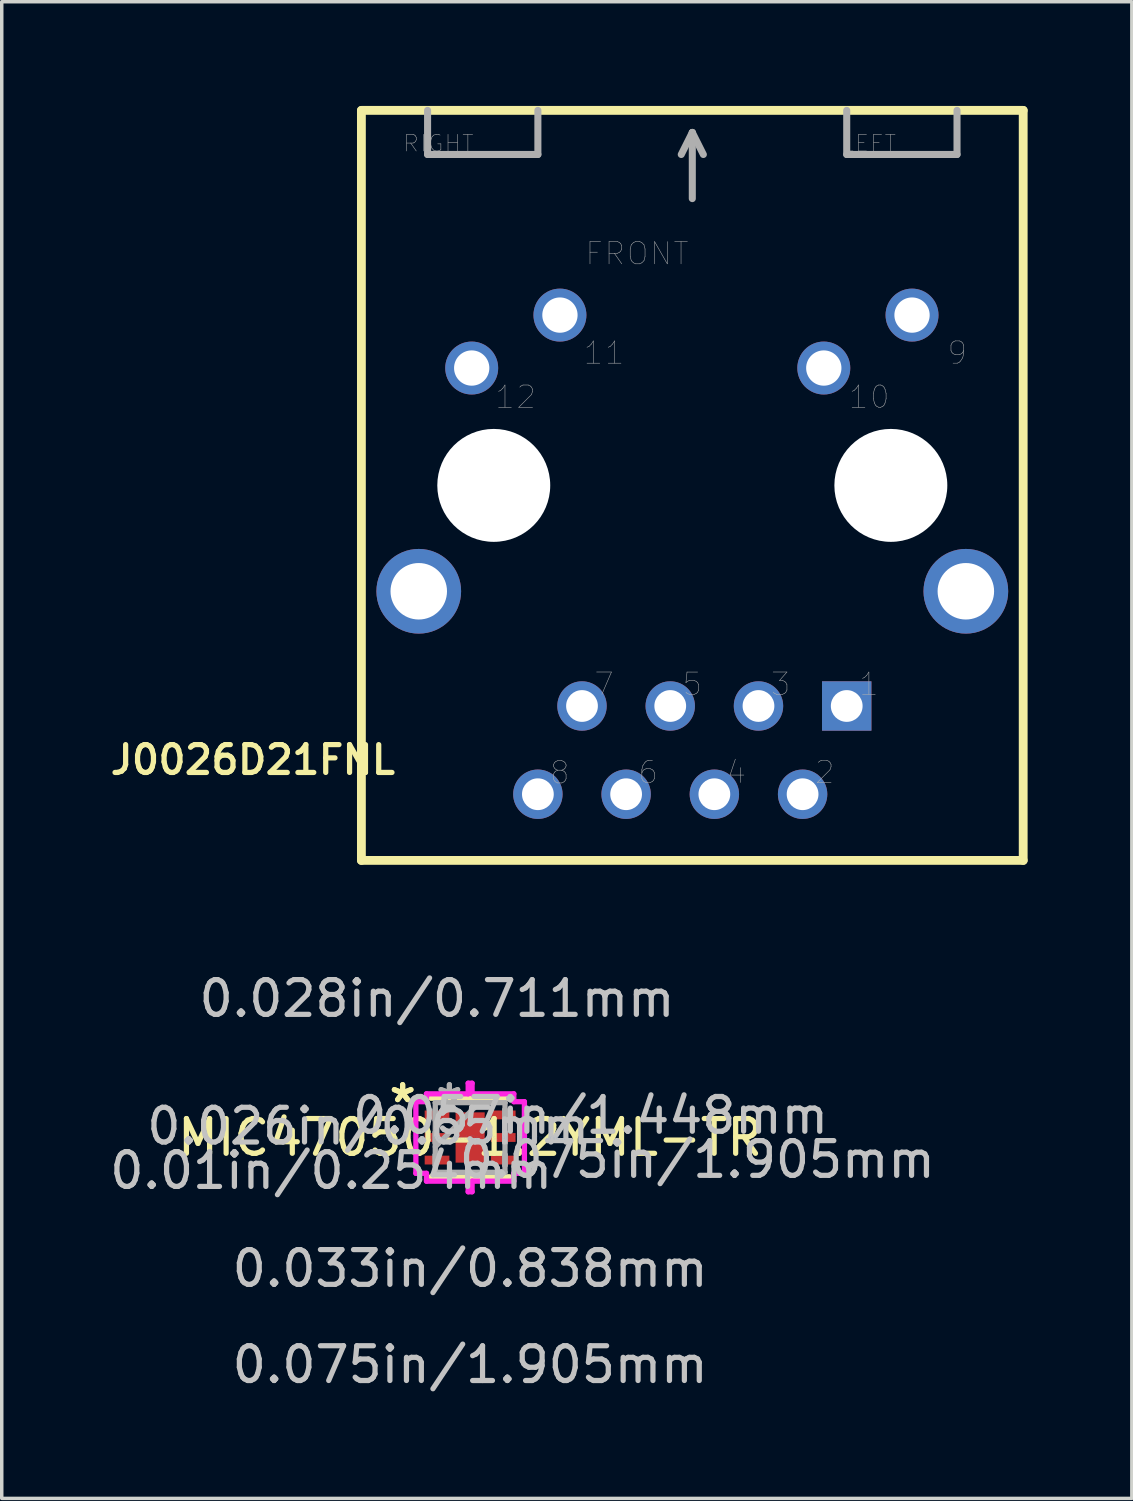
<source format=kicad_pcb>
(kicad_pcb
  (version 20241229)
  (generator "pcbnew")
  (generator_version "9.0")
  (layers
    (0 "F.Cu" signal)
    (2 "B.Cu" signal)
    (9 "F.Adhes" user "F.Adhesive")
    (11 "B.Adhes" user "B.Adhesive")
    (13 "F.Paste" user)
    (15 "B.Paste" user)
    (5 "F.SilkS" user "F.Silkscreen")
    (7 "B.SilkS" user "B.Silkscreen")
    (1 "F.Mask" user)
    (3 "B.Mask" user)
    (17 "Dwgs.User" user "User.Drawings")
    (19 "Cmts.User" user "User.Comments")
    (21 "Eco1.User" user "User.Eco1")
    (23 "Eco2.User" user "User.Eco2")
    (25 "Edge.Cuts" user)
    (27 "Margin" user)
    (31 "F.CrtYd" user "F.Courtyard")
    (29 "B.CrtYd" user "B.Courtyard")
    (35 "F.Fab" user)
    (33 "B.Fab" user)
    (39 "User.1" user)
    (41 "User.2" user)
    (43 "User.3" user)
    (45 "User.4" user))
  (footprint "MIC47050-1.2YML-TR"
    (layer "F.Cu")
    (at 10.483 29.693)
    (property "Reference" "MIC47050-1.2YML-TR" (at 0 0 0) (layer "F.SilkS") (effects (font (size 1 1) (thickness 0.15))))
    (attr through_hole)
    (fp_line (start -1.13 1.13) (end 1.13 1.13) (stroke (width 0.152) (type solid)) (layer "F.SilkS"))
    (fp_line (start 1.13 -1.13) (end -1.13 -1.13) (stroke (width 0.152) (type solid)) (layer "F.SilkS"))
    (fp_line (start -1.562 -1.031) (end -1.257 -1.031) (stroke (width 0.152) (type solid)) (layer "F.CrtYd"))
    (fp_line (start -1.562 1.031) (end -1.562 -1.031) (stroke (width 0.152) (type solid)) (layer "F.CrtYd"))
    (fp_line (start -1.257 -1.257) (end -0.056 -1.257) (stroke (width 0.152) (type solid)) (layer "F.CrtYd"))
    (fp_line (start -1.257 -1.031) (end -1.257 -1.257) (stroke (width 0.152) (type solid)) (layer "F.CrtYd"))
    (fp_line (start -1.257 1.031) (end -1.562 1.031) (stroke (width 0.152) (type solid)) (layer "F.CrtYd"))
    (fp_line (start -1.257 1.257) (end -1.257 1.031) (stroke (width 0.152) (type solid)) (layer "F.CrtYd"))
    (fp_line (start -0.056 -1.562) (end 0.056 -1.562) (stroke (width 0.152) (type solid)) (layer "F.CrtYd"))
    (fp_line (start -0.056 -1.257) (end -0.056 -1.562) (stroke (width 0.152) (type solid)) (layer "F.CrtYd"))
    (fp_line (start -0.056 1.257) (end -1.257 1.257) (stroke (width 0.152) (type solid)) (layer "F.CrtYd"))
    (fp_line (start -0.056 1.562) (end -0.056 1.257) (stroke (width 0.152) (type solid)) (layer "F.CrtYd"))
    (fp_line (start 0.056 -1.562) (end 0.056 -1.257) (stroke (width 0.152) (type solid)) (layer "F.CrtYd"))
    (fp_line (start 0.056 -1.257) (end 1.257 -1.257) (stroke (width 0.152) (type solid)) (layer "F.CrtYd"))
    (fp_line (start 0.056 1.257) (end 0.056 1.562) (stroke (width 0.152) (type solid)) (layer "F.CrtYd"))
    (fp_line (start 0.056 1.562) (end -0.056 1.562) (stroke (width 0.152) (type solid)) (layer "F.CrtYd"))
    (fp_line (start 1.257 -1.257) (end 1.257 -1.031) (stroke (width 0.152) (type solid)) (layer "F.CrtYd"))
    (fp_line (start 1.257 -1.031) (end 1.562 -1.031) (stroke (width 0.152) (type solid)) (layer "F.CrtYd"))
    (fp_line (start 1.257 1.031) (end 1.257 1.257) (stroke (width 0.152) (type solid)) (layer "F.CrtYd"))
    (fp_line (start 1.257 1.257) (end 0.056 1.257) (stroke (width 0.152) (type solid)) (layer "F.CrtYd"))
    (fp_line (start 1.562 -1.031) (end 1.562 1.031) (stroke (width 0.152) (type solid)) (layer "F.CrtYd"))
    (fp_line (start 1.562 1.031) (end 1.257 1.031) (stroke (width 0.152) (type solid)) (layer "F.CrtYd"))
    (fp_line (start -1.003 -1.003) (end -1.003 -1.003) (stroke (width 0.152) (type solid)) (layer "F.Fab"))
    (fp_line (start -1.003 -1.003) (end -1.003 1.003) (stroke (width 0.152) (type solid)) (layer "F.Fab"))
    (fp_line (start -1.003 -0.802) (end -1.003 -0.802) (stroke (width 0.152) (type solid)) (layer "F.Fab"))
    (fp_line (start -1.003 -0.802) (end -1.003 -0.498) (stroke (width 0.152) (type solid)) (layer "F.Fab"))
    (fp_line (start -1.003 -0.498) (end -1.003 -0.802) (stroke (width 0.152) (type solid)) (layer "F.Fab"))
    (fp_line (start -1.003 -0.498) (end -1.003 -0.498) (stroke (width 0.152) (type solid)) (layer "F.Fab"))
    (fp_line (start -1.003 -0.152) (end -1.003 -0.152) (stroke (width 0.152) (type solid)) (layer "F.Fab"))
    (fp_line (start -1.003 -0.152) (end -1.003 0.152) (stroke (width 0.152) (type solid)) (layer "F.Fab"))
    (fp_line (start -1.003 0.152) (end -1.003 -0.152) (stroke (width 0.152) (type solid)) (layer "F.Fab"))
    (fp_line (start -1.003 0.152) (end -1.003 0.152) (stroke (width 0.152) (type solid)) (layer "F.Fab"))
    (fp_line (start -1.003 0.267) (end 0.267 -1.003) (stroke (width 0.152) (type solid)) (layer "F.Fab"))
    (fp_line (start -1.003 0.498) (end -1.003 0.498) (stroke (width 0.152) (type solid)) (layer "F.Fab"))
    (fp_line (start -1.003 0.498) (end -1.003 0.802) (stroke (width 0.152) (type solid)) (layer "F.Fab"))
    (fp_line (start -1.003 0.802) (end -1.003 0.498) (stroke (width 0.152) (type solid)) (layer "F.Fab"))
    (fp_line (start -1.003 0.802) (end -1.003 0.802) (stroke (width 0.152) (type solid)) (layer "F.Fab"))
    (fp_line (start -1.003 1.003) (end -1.003 1.003) (stroke (width 0.152) (type solid)) (layer "F.Fab"))
    (fp_line (start -1.003 1.003) (end 1.003 1.003) (stroke (width 0.152) (type solid)) (layer "F.Fab"))
    (fp_line (start 1.003 -1.003) (end -1.003 -1.003) (stroke (width 0.152) (type solid)) (layer "F.Fab"))
    (fp_line (start 1.003 -1.003) (end 1.003 -1.003) (stroke (width 0.152) (type solid)) (layer "F.Fab"))
    (fp_line (start 1.003 -0.802) (end 1.003 -0.802) (stroke (width 0.152) (type solid)) (layer "F.Fab"))
    (fp_line (start 1.003 -0.802) (end 1.003 -0.498) (stroke (width 0.152) (type solid)) (layer "F.Fab"))
    (fp_line (start 1.003 -0.498) (end 1.003 -0.802) (stroke (width 0.152) (type solid)) (layer "F.Fab"))
    (fp_line (start 1.003 -0.498) (end 1.003 -0.498) (stroke (width 0.152) (type solid)) (layer "F.Fab"))
    (fp_line (start 1.003 -0.152) (end 1.003 -0.152) (stroke (width 0.152) (type solid)) (layer "F.Fab"))
    (fp_line (start 1.003 -0.152) (end 1.003 0.152) (stroke (width 0.152) (type solid)) (layer "F.Fab"))
    (fp_line (start 1.003 0.152) (end 1.003 -0.152) (stroke (width 0.152) (type solid)) (layer "F.Fab"))
    (fp_line (start 1.003 0.152) (end 1.003 0.152) (stroke (width 0.152) (type solid)) (layer "F.Fab"))
    (fp_line (start 1.003 0.498) (end 1.003 0.498) (stroke (width 0.152) (type solid)) (layer "F.Fab"))
    (fp_line (start 1.003 0.498) (end 1.003 0.802) (stroke (width 0.152) (type solid)) (layer "F.Fab"))
    (fp_line (start 1.003 0.802) (end 1.003 0.498) (stroke (width 0.152) (type solid)) (layer "F.Fab"))
    (fp_line (start 1.003 0.802) (end 1.003 0.802) (stroke (width 0.152) (type solid)) (layer "F.Fab"))
    (fp_line (start 1.003 1.003) (end 1.003 -1.003) (stroke (width 0.152) (type solid)) (layer "F.Fab"))
    (fp_line (start 1.003 1.003) (end 1.003 1.003) (stroke (width 0.152) (type solid)) (layer "F.Fab"))
    (fp_text user "*" (at -1.943 -0.975 0) (layer "F.SilkS") (effects (font (size 1 1) (thickness 0.15))))
    (fp_text user "*" (at -1.943 -0.975 0) (layer "F.SilkS") (effects (font (size 1 1) (thickness 0.15))))
    (fp_text user "0.01in/0.254mm" (at -4 0.953 0) (layer "Dwgs.User") (effects (font (size 1 1) (thickness 0.15))))
    (fp_text user "0.075in/1.905mm" (at 0 6.54 0) (layer "Dwgs.User") (effects (font (size 1 1) (thickness 0.15))))
    (fp_text user "0.026in/0.65mm" (at -2.934 -0.325 0) (layer "Dwgs.User") (effects (font (size 1 1) (thickness 0.15))))
    (fp_text user "0.028in/0.711mm" (at -0.953 -4 0) (layer "Dwgs.User") (effects (font (size 1 1) (thickness 0.15))))
    (fp_text user "0.075in/1.905mm" (at 6.54 0.635 0) (layer "Dwgs.User") (effects (font (size 1 1) (thickness 0.15))))
    (fp_text user "0.057in/1.448mm" (at 3.467 -0.635 0) (layer "Dwgs.User") (effects (font (size 1 1) (thickness 0.15))))
    (fp_text user "0.033in/0.838mm" (at 0 3.772 0) (layer "Dwgs.User") (effects (font (size 1 1) (thickness 0.15))))
    (fp_text user "Copyright 2016 Accelerated Designs. All rights reserved." (at 0 0 0) (layer "Cmts.User") (effects (font (size 0.127 0.127) (thickness 0.002))))
    (fp_text user "*" (at -0.597 -0.975 0) (layer "F.Fab") (effects (font (size 1 1) (thickness 0.15))))
    (fp_text user "*" (at -0.597 -0.975 0) (layer "F.Fab") (effects (font (size 1 1) (thickness 0.15))))
    (pad "1" smd rect (at -0.953 -0.65 90) (size 0.254 0.711) (layers "F.Cu" "F.Mask" "F.Paste"))
    (pad "2" smd rect (at -0.953 0 90) (size 0.254 0.711) (layers "F.Cu" "F.Mask" "F.Paste"))
    (pad "3" smd rect (at -0.953 0.65 90) (size 0.254 0.711) (layers "F.Cu" "F.Mask" "F.Paste"))
    (pad "4" smd rect (at 0.953 0.65 90) (size 0.254 0.711) (layers "F.Cu" "F.Mask" "F.Paste"))
    (pad "5" smd rect (at 0.953 0 90) (size 0.254 0.711) (layers "F.Cu" "F.Mask" "F.Paste"))
    (pad "6" smd rect (at 0.953 -0.65 90) (size 0.254 0.711) (layers "F.Cu" "F.Mask" "F.Paste"))
    (pad "7" smd rect (at 0 0) (size 0.838 1.448) (layers "F.Cu" "F.Mask" "F.Paste")))
  (footprint "J0026D21FNL"
    (layer "F.Cu")
    (at 16.878 10.922)
    (property "Reference" "J0026D21FNL" (at -12.65 7.9 180) (layer "F.SilkS") (effects (font (size 0.801 0.801) (thickness 0.15))))
    (attr through_hole)
    (fp_line (start -9.525 -10.795) (end 9.525 -10.795) (stroke (width 0.254) (type solid)) (layer "F.SilkS"))
    (fp_line (start -9.525 10.795) (end -9.525 -10.795) (stroke (width 0.254) (type solid)) (layer "F.SilkS"))
    (fp_line (start 9.525 -10.795) (end 9.525 10.795) (stroke (width 0.254) (type solid)) (layer "F.SilkS"))
    (fp_line (start 9.525 10.795) (end -9.525 10.795) (stroke (width 0.254) (type solid)) (layer "F.SilkS"))
    (fp_line (start -7.62 -10.795) (end -7.62 -9.525) (stroke (width 0.203) (type solid)) (layer "F.Fab"))
    (fp_line (start -7.62 -9.525) (end -4.445 -9.525) (stroke (width 0.203) (type solid)) (layer "F.Fab"))
    (fp_line (start -4.445 -9.525) (end -4.445 -10.795) (stroke (width 0.203) (type solid)) (layer "F.Fab"))
    (fp_line (start 0 -10.16) (end -0.318 -9.525) (stroke (width 0.203) (type solid)) (layer "F.Fab"))
    (fp_line (start 0 -10.16) (end 0 -8.255) (stroke (width 0.203) (type solid)) (layer "F.Fab"))
    (fp_line (start 0.318 -9.525) (end 0 -10.16) (stroke (width 0.203) (type solid)) (layer "F.Fab"))
    (fp_line (start 4.445 -10.795) (end 4.445 -9.525) (stroke (width 0.203) (type solid)) (layer "F.Fab"))
    (fp_line (start 4.445 -9.525) (end 7.62 -9.525) (stroke (width 0.203) (type solid)) (layer "F.Fab"))
    (fp_line (start 7.62 -9.525) (end 7.62 -10.795) (stroke (width 0.203) (type solid)) (layer "F.Fab"))
    (fp_text user "10" (at 5.09 -2.545 0) (layer "F.Fab") (effects (font (size 0.641 0.641) (thickness 0.015))))
    (fp_text user "11" (at -2.542 -3.813 0) (layer "F.Fab") (effects (font (size 0.641 0.641) (thickness 0.015))))
    (fp_text user "12" (at -5.087 -2.544 0) (layer "F.Fab") (effects (font (size 0.641 0.641) (thickness 0.015))))
    (fp_text user "5" (at 0 5.718 0) (layer "F.Fab") (effects (font (size 0.64 0.64) (thickness 0.015))))
    (fp_text user "7" (at -2.541 5.717 0) (layer "F.Fab") (effects (font (size 0.64 0.64) (thickness 0.015))))
    (fp_text user "FRONT" (at -1.589 -6.673 0) (layer "F.Fab") (effects (font (size 0.64 0.64) (thickness 0.015))))
    (fp_text user "4" (at 1.27 8.256 0) (layer "F.Fab") (effects (font (size 0.64 0.64) (thickness 0.015))))
    (fp_text user "LEFT" (at 5.082 -9.846 0) (layer "F.Fab") (effects (font (size 0.48 0.48) (thickness 0.015))))
    (fp_text user "8" (at -3.816 8.269 0) (layer "F.Fab") (effects (font (size 0.641 0.641) (thickness 0.015))))
    (fp_text user "RIGHT" (at -7.306 -9.847 0) (layer "F.Fab") (effects (font (size 0.48 0.48) (thickness 0.015))))
    (fp_text user "1" (at 5.083 5.718 0) (layer "F.Fab") (effects (font (size 0.64 0.64) (thickness 0.015))))
    (fp_text user "9" (at 7.629 -3.814 0) (layer "F.Fab") (effects (font (size 0.641 0.641) (thickness 0.015))))
    (fp_text user "3" (at 2.541 5.717 0) (layer "F.Fab") (effects (font (size 0.64 0.64) (thickness 0.015))))
    (fp_text user "2" (at 3.811 8.258 0) (layer "F.Fab") (effects (font (size 0.64 0.64) (thickness 0.015))))
    (fp_text user "6" (at -1.27 8.257 0) (layer "F.Fab") (effects (font (size 0.64 0.64) (thickness 0.015))))
    (pad "" np_thru_hole circle (at -5.715 0) (size 3.251 3.251) (drill 3.251) (layers "*.Cu" "*.Mask"))
    (pad "" np_thru_hole circle (at 5.715 0) (size 3.251 3.251) (drill 3.251) (layers "*.Cu" "*.Mask"))
    (pad "1" thru_hole rect (at 4.445 6.35) (size 1.422 1.422) (drill 0.914) (layers "*.Cu" "*.Mask"))
    (pad "2" thru_hole circle (at 3.175 8.89) (size 1.422 1.422) (drill 0.914) (layers "*.Cu" "*.Mask"))
    (pad "3" thru_hole circle (at 1.905 6.35) (size 1.422 1.422) (drill 0.914) (layers "*.Cu" "*.Mask"))
    (pad "4" thru_hole circle (at 0.635 8.89) (size 1.422 1.422) (drill 0.914) (layers "*.Cu" "*.Mask"))
    (pad "5" thru_hole circle (at -0.635 6.35) (size 1.422 1.422) (drill 0.914) (layers "*.Cu" "*.Mask"))
    (pad "6" thru_hole circle (at -1.905 8.89) (size 1.422 1.422) (drill 0.914) (layers "*.Cu" "*.Mask"))
    (pad "7" thru_hole circle (at -3.175 6.35) (size 1.422 1.422) (drill 0.914) (layers "*.Cu" "*.Mask"))
    (pad "8" thru_hole circle (at -4.445 8.89) (size 1.422 1.422) (drill 0.914) (layers "*.Cu" "*.Mask"))
    (pad "9" thru_hole circle (at 6.325 -4.902) (size 1.524 1.524) (drill 1.016) (layers "*.Cu" "*.Mask"))
    (pad "10" thru_hole circle (at 3.785 -3.378) (size 1.524 1.524) (drill 1.016) (layers "*.Cu" "*.Mask"))
    (pad "11" thru_hole circle (at -3.81 -4.902) (size 1.524 1.524) (drill 1.016) (layers "*.Cu" "*.Mask"))
    (pad "12" thru_hole circle (at -6.35 -3.378) (size 1.524 1.524) (drill 1.016) (layers "*.Cu" "*.Mask"))
    (pad "S1" thru_hole circle (at -7.874 3.048) (size 2.438 2.438) (drill 1.626) (layers "*.Cu" "*.Mask"))
    (pad "S2" thru_hole circle (at 7.874 3.048) (size 2.438 2.438) (drill 1.626) (layers "*.Cu" "*.Mask")))
  (gr_rect
    (start -3 -3)
    (end 29.53 40.081)
    (stroke (width 0.1) (type default))
    (fill no)
    (layer "Edge.Cuts")))
</source>
